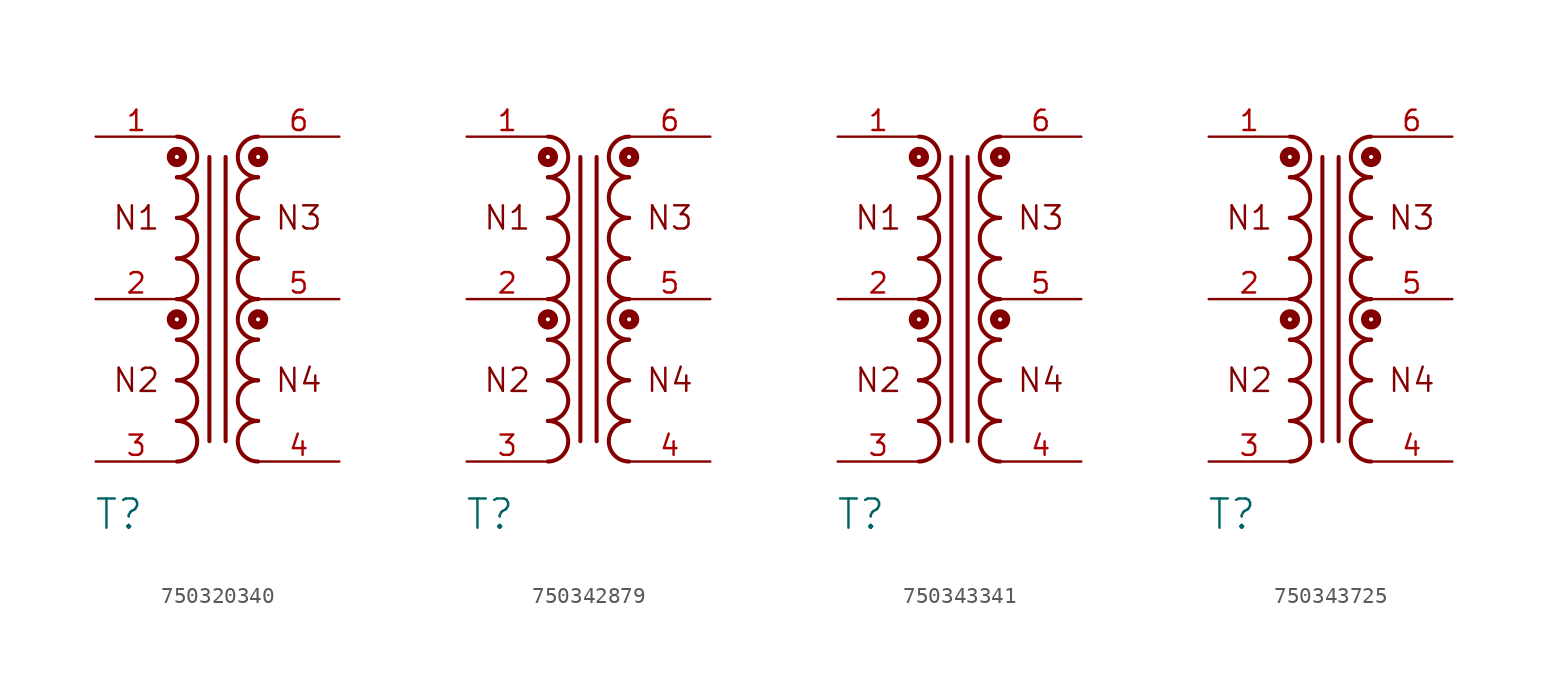
<source format=kicad_sym>
(kicad_symbol_lib
  (version 20231120)
  (generator "kicad_symbol_editor")
  (generator_version "8.0")
  (symbol "750320340"
    (property "Reference" "T"
      (at 1.457 -23.622 0)
      (effects (font (size 1.829 1.829))))
    (symbol "750320340_1_0"
      (polyline (pts (xy 7.112 -1.27) (xy 7.112 -19.05)) (stroke (width 0.254) (type solid)) (fill (type none)))
      (polyline (pts (xy 8.128 -1.27) (xy 8.128 -19.05)) (stroke (width 0.254) (type solid)) (fill (type none)))
      (arc (start 5.08 -20.32) (mid 6.35 -19.05) (end 5.08 -17.78) (stroke (width 0.254) (type solid)) (fill (type none)))
      (arc (start 5.08 -17.78) (mid 6.35 -16.51) (end 5.08 -15.24) (stroke (width 0.254) (type solid)) (fill (type none)))
      (arc (start 5.08 -15.24) (mid 6.35 -13.97) (end 5.08 -12.7) (stroke (width 0.254) (type solid)) (fill (type none)))
      (arc (start 5.08 -12.7) (mid 6.35 -11.43) (end 5.08 -10.16) (stroke (width 0.254) (type solid)) (fill (type none)))
      (circle (center 5.08 -11.43) (radius 0.127) (stroke (width 0.508) (type solid)) (fill (type none)))
      (arc (start 5.08 -10.16) (mid 6.35 -8.89) (end 5.08 -7.62) (stroke (width 0.254) (type solid)) (fill (type none)))
      (arc (start 5.08 -7.62) (mid 6.35 -6.35) (end 5.08 -5.08) (stroke (width 0.254) (type solid)) (fill (type none)))
      (arc (start 5.08 -5.08) (mid 6.35 -3.81) (end 5.08 -2.54) (stroke (width 0.254) (type solid)) (fill (type none)))
      (arc (start 5.08 -2.54) (mid 6.35 -1.27) (end 5.08 0) (stroke (width 0.254) (type solid)) (fill (type none)))
      (circle (center 5.08 -1.27) (radius 0.127) (stroke (width 0.508) (type solid)) (fill (type none)))
      (arc (start 10.16 -17.78) (mid 8.89 -19.05) (end 10.16 -20.32) (stroke (width 0.254) (type solid)) (fill (type none)))
      (arc (start 10.16 -15.24) (mid 8.89 -16.51) (end 10.16 -17.78) (stroke (width 0.254) (type solid)) (fill (type none)))
      (arc (start 10.16 -12.7) (mid 8.89 -13.97) (end 10.16 -15.24) (stroke (width 0.254) (type solid)) (fill (type none)))
      (circle (center 10.16 -11.43) (radius 0.127) (stroke (width 0.508) (type solid)) (fill (type none)))
      (arc (start 10.16 -10.16) (mid 8.89 -11.43) (end 10.16 -12.7) (stroke (width 0.254) (type solid)) (fill (type none)))
      (arc (start 10.16 -7.62) (mid 8.89 -8.89) (end 10.16 -10.16) (stroke (width 0.254) (type solid)) (fill (type none)))
      (arc (start 10.16 -5.08) (mid 8.89 -6.35) (end 10.16 -7.62) (stroke (width 0.254) (type solid)) (fill (type none)))
      (arc (start 10.16 -2.54) (mid 8.89 -3.81) (end 10.16 -5.08) (stroke (width 0.254) (type solid)) (fill (type none)))
      (circle (center 10.16 -1.27) (radius 0.127) (stroke (width 0.508) (type solid)) (fill (type none)))
      (arc (start 10.16 0) (mid 8.89 -1.27) (end 10.16 -2.54) (stroke (width 0.254) (type solid)) (fill (type none)))
      (text "N1" (at 2.54 -5.08 0) (effects (font (size 1.448 1.448))))
      (text "N2" (at 2.54 -15.24 0) (effects (font (size 1.448 1.448))))
      (text "N3" (at 12.7 -5.08 0) (effects (font (size 1.448 1.448))))
      (text "N4" (at 12.7 -15.24 0) (effects (font (size 1.448 1.448))))
      (pin passive line (at 0 0 0) (length 5.08) (name "1" (effects (font (size 0 0)))) (number "1" (effects (font (size 1.27 1.27)))))
      (pin passive line (at 0 -10.16 0) (length 5.08) (name "2" (effects (font (size 0 0)))) (number "2" (effects (font (size 1.27 1.27)))))
      (pin passive line (at 0 -20.32 0) (length 5.08) (name "3" (effects (font (size 0 0)))) (number "3" (effects (font (size 1.27 1.27)))))
      (pin passive line (at 15.24 -20.32 180) (length 5.08) (name "4" (effects (font (size 0 0)))) (number "4" (effects (font (size 1.27 1.27)))))
      (pin passive line (at 15.24 -10.16 180) (length 5.08) (name "5" (effects (font (size 0 0)))) (number "5" (effects (font (size 1.27 1.27)))))
      (pin passive line (at 15.24 0 180) (length 5.08) (name "6" (effects (font (size 0 0)))) (number "6" (effects (font (size 1.27 1.27)))))))
  (symbol "750342879"
    (property "Reference" "T"
      (at 1.457 -23.622 0)
      (effects (font (size 1.829 1.829))))
    (symbol "750342879_1_0"
      (polyline (pts (xy 7.112 -1.27) (xy 7.112 -19.05)) (stroke (width 0.254) (type solid)) (fill (type none)))
      (polyline (pts (xy 8.128 -1.27) (xy 8.128 -19.05)) (stroke (width 0.254) (type solid)) (fill (type none)))
      (arc (start 5.08 -20.32) (mid 6.35 -19.05) (end 5.08 -17.78) (stroke (width 0.254) (type solid)) (fill (type none)))
      (arc (start 5.08 -17.78) (mid 6.35 -16.51) (end 5.08 -15.24) (stroke (width 0.254) (type solid)) (fill (type none)))
      (arc (start 5.08 -15.24) (mid 6.35 -13.97) (end 5.08 -12.7) (stroke (width 0.254) (type solid)) (fill (type none)))
      (arc (start 5.08 -12.7) (mid 6.35 -11.43) (end 5.08 -10.16) (stroke (width 0.254) (type solid)) (fill (type none)))
      (circle (center 5.08 -11.43) (radius 0.127) (stroke (width 0.508) (type solid)) (fill (type none)))
      (arc (start 5.08 -10.16) (mid 6.35 -8.89) (end 5.08 -7.62) (stroke (width 0.254) (type solid)) (fill (type none)))
      (arc (start 5.08 -7.62) (mid 6.35 -6.35) (end 5.08 -5.08) (stroke (width 0.254) (type solid)) (fill (type none)))
      (arc (start 5.08 -5.08) (mid 6.35 -3.81) (end 5.08 -2.54) (stroke (width 0.254) (type solid)) (fill (type none)))
      (arc (start 5.08 -2.54) (mid 6.35 -1.27) (end 5.08 0) (stroke (width 0.254) (type solid)) (fill (type none)))
      (circle (center 5.08 -1.27) (radius 0.127) (stroke (width 0.508) (type solid)) (fill (type none)))
      (arc (start 10.16 -17.78) (mid 8.89 -19.05) (end 10.16 -20.32) (stroke (width 0.254) (type solid)) (fill (type none)))
      (arc (start 10.16 -15.24) (mid 8.89 -16.51) (end 10.16 -17.78) (stroke (width 0.254) (type solid)) (fill (type none)))
      (arc (start 10.16 -12.7) (mid 8.89 -13.97) (end 10.16 -15.24) (stroke (width 0.254) (type solid)) (fill (type none)))
      (circle (center 10.16 -11.43) (radius 0.127) (stroke (width 0.508) (type solid)) (fill (type none)))
      (arc (start 10.16 -10.16) (mid 8.89 -11.43) (end 10.16 -12.7) (stroke (width 0.254) (type solid)) (fill (type none)))
      (arc (start 10.16 -7.62) (mid 8.89 -8.89) (end 10.16 -10.16) (stroke (width 0.254) (type solid)) (fill (type none)))
      (arc (start 10.16 -5.08) (mid 8.89 -6.35) (end 10.16 -7.62) (stroke (width 0.254) (type solid)) (fill (type none)))
      (arc (start 10.16 -2.54) (mid 8.89 -3.81) (end 10.16 -5.08) (stroke (width 0.254) (type solid)) (fill (type none)))
      (circle (center 10.16 -1.27) (radius 0.127) (stroke (width 0.508) (type solid)) (fill (type none)))
      (arc (start 10.16 0) (mid 8.89 -1.27) (end 10.16 -2.54) (stroke (width 0.254) (type solid)) (fill (type none)))
      (text "N1" (at 2.54 -5.08 0) (effects (font (size 1.448 1.448))))
      (text "N2" (at 2.54 -15.24 0) (effects (font (size 1.448 1.448))))
      (text "N3" (at 12.7 -5.08 0) (effects (font (size 1.448 1.448))))
      (text "N4" (at 12.7 -15.24 0) (effects (font (size 1.448 1.448))))
      (pin passive line (at 0 0 0) (length 5.08) (name "1" (effects (font (size 0 0)))) (number "1" (effects (font (size 1.27 1.27)))))
      (pin passive line (at 0 -10.16 0) (length 5.08) (name "2" (effects (font (size 0 0)))) (number "2" (effects (font (size 1.27 1.27)))))
      (pin passive line (at 0 -20.32 0) (length 5.08) (name "3" (effects (font (size 0 0)))) (number "3" (effects (font (size 1.27 1.27)))))
      (pin passive line (at 15.24 -20.32 180) (length 5.08) (name "4" (effects (font (size 0 0)))) (number "4" (effects (font (size 1.27 1.27)))))
      (pin passive line (at 15.24 -10.16 180) (length 5.08) (name "5" (effects (font (size 0 0)))) (number "5" (effects (font (size 1.27 1.27)))))
      (pin passive line (at 15.24 0 180) (length 5.08) (name "6" (effects (font (size 0 0)))) (number "6" (effects (font (size 1.27 1.27)))))))
  (symbol "750343341"
    (property "Reference" "T"
      (at 1.457 -23.622 0)
      (effects (font (size 1.829 1.829))))
    (symbol "750343341_1_0"
      (polyline (pts (xy 7.112 -1.27) (xy 7.112 -19.05)) (stroke (width 0.254) (type solid)) (fill (type none)))
      (polyline (pts (xy 8.128 -1.27) (xy 8.128 -19.05)) (stroke (width 0.254) (type solid)) (fill (type none)))
      (arc (start 5.08 -20.32) (mid 6.35 -19.05) (end 5.08 -17.78) (stroke (width 0.254) (type solid)) (fill (type none)))
      (arc (start 5.08 -17.78) (mid 6.35 -16.51) (end 5.08 -15.24) (stroke (width 0.254) (type solid)) (fill (type none)))
      (arc (start 5.08 -15.24) (mid 6.35 -13.97) (end 5.08 -12.7) (stroke (width 0.254) (type solid)) (fill (type none)))
      (arc (start 5.08 -12.7) (mid 6.35 -11.43) (end 5.08 -10.16) (stroke (width 0.254) (type solid)) (fill (type none)))
      (circle (center 5.08 -11.43) (radius 0.127) (stroke (width 0.508) (type solid)) (fill (type none)))
      (arc (start 5.08 -10.16) (mid 6.35 -8.89) (end 5.08 -7.62) (stroke (width 0.254) (type solid)) (fill (type none)))
      (arc (start 5.08 -7.62) (mid 6.35 -6.35) (end 5.08 -5.08) (stroke (width 0.254) (type solid)) (fill (type none)))
      (arc (start 5.08 -5.08) (mid 6.35 -3.81) (end 5.08 -2.54) (stroke (width 0.254) (type solid)) (fill (type none)))
      (arc (start 5.08 -2.54) (mid 6.35 -1.27) (end 5.08 0) (stroke (width 0.254) (type solid)) (fill (type none)))
      (circle (center 5.08 -1.27) (radius 0.127) (stroke (width 0.508) (type solid)) (fill (type none)))
      (arc (start 10.16 -17.78) (mid 8.89 -19.05) (end 10.16 -20.32) (stroke (width 0.254) (type solid)) (fill (type none)))
      (arc (start 10.16 -15.24) (mid 8.89 -16.51) (end 10.16 -17.78) (stroke (width 0.254) (type solid)) (fill (type none)))
      (arc (start 10.16 -12.7) (mid 8.89 -13.97) (end 10.16 -15.24) (stroke (width 0.254) (type solid)) (fill (type none)))
      (circle (center 10.16 -11.43) (radius 0.127) (stroke (width 0.508) (type solid)) (fill (type none)))
      (arc (start 10.16 -10.16) (mid 8.89 -11.43) (end 10.16 -12.7) (stroke (width 0.254) (type solid)) (fill (type none)))
      (arc (start 10.16 -7.62) (mid 8.89 -8.89) (end 10.16 -10.16) (stroke (width 0.254) (type solid)) (fill (type none)))
      (arc (start 10.16 -5.08) (mid 8.89 -6.35) (end 10.16 -7.62) (stroke (width 0.254) (type solid)) (fill (type none)))
      (arc (start 10.16 -2.54) (mid 8.89 -3.81) (end 10.16 -5.08) (stroke (width 0.254) (type solid)) (fill (type none)))
      (circle (center 10.16 -1.27) (radius 0.127) (stroke (width 0.508) (type solid)) (fill (type none)))
      (arc (start 10.16 0) (mid 8.89 -1.27) (end 10.16 -2.54) (stroke (width 0.254) (type solid)) (fill (type none)))
      (text "N1" (at 2.54 -5.08 0) (effects (font (size 1.448 1.448))))
      (text "N2" (at 2.54 -15.24 0) (effects (font (size 1.448 1.448))))
      (text "N3" (at 12.7 -5.08 0) (effects (font (size 1.448 1.448))))
      (text "N4" (at 12.7 -15.24 0) (effects (font (size 1.448 1.448))))
      (pin passive line (at 0 0 0) (length 5.08) (name "1" (effects (font (size 0 0)))) (number "1" (effects (font (size 1.27 1.27)))))
      (pin passive line (at 0 -10.16 0) (length 5.08) (name "2" (effects (font (size 0 0)))) (number "2" (effects (font (size 1.27 1.27)))))
      (pin passive line (at 0 -20.32 0) (length 5.08) (name "3" (effects (font (size 0 0)))) (number "3" (effects (font (size 1.27 1.27)))))
      (pin passive line (at 15.24 -20.32 180) (length 5.08) (name "4" (effects (font (size 0 0)))) (number "4" (effects (font (size 1.27 1.27)))))
      (pin passive line (at 15.24 -10.16 180) (length 5.08) (name "5" (effects (font (size 0 0)))) (number "5" (effects (font (size 1.27 1.27)))))
      (pin passive line (at 15.24 0 180) (length 5.08) (name "6" (effects (font (size 0 0)))) (number "6" (effects (font (size 1.27 1.27)))))))
  (symbol "750343725"
    (property "Reference" "T"
      (at 1.457 -23.622 0)
      (effects (font (size 1.829 1.829))))
    (symbol "750343725_1_0"
      (polyline (pts (xy 7.112 -1.27) (xy 7.112 -19.05)) (stroke (width 0.254) (type solid)) (fill (type none)))
      (polyline (pts (xy 8.128 -1.27) (xy 8.128 -19.05)) (stroke (width 0.254) (type solid)) (fill (type none)))
      (arc (start 5.08 -20.32) (mid 6.35 -19.05) (end 5.08 -17.78) (stroke (width 0.254) (type solid)) (fill (type none)))
      (arc (start 5.08 -17.78) (mid 6.35 -16.51) (end 5.08 -15.24) (stroke (width 0.254) (type solid)) (fill (type none)))
      (arc (start 5.08 -15.24) (mid 6.35 -13.97) (end 5.08 -12.7) (stroke (width 0.254) (type solid)) (fill (type none)))
      (arc (start 5.08 -12.7) (mid 6.35 -11.43) (end 5.08 -10.16) (stroke (width 0.254) (type solid)) (fill (type none)))
      (circle (center 5.08 -11.43) (radius 0.127) (stroke (width 0.508) (type solid)) (fill (type none)))
      (arc (start 5.08 -10.16) (mid 6.35 -8.89) (end 5.08 -7.62) (stroke (width 0.254) (type solid)) (fill (type none)))
      (arc (start 5.08 -7.62) (mid 6.35 -6.35) (end 5.08 -5.08) (stroke (width 0.254) (type solid)) (fill (type none)))
      (arc (start 5.08 -5.08) (mid 6.35 -3.81) (end 5.08 -2.54) (stroke (width 0.254) (type solid)) (fill (type none)))
      (arc (start 5.08 -2.54) (mid 6.35 -1.27) (end 5.08 0) (stroke (width 0.254) (type solid)) (fill (type none)))
      (circle (center 5.08 -1.27) (radius 0.127) (stroke (width 0.508) (type solid)) (fill (type none)))
      (arc (start 10.16 -17.78) (mid 8.89 -19.05) (end 10.16 -20.32) (stroke (width 0.254) (type solid)) (fill (type none)))
      (arc (start 10.16 -15.24) (mid 8.89 -16.51) (end 10.16 -17.78) (stroke (width 0.254) (type solid)) (fill (type none)))
      (arc (start 10.16 -12.7) (mid 8.89 -13.97) (end 10.16 -15.24) (stroke (width 0.254) (type solid)) (fill (type none)))
      (circle (center 10.16 -11.43) (radius 0.127) (stroke (width 0.508) (type solid)) (fill (type none)))
      (arc (start 10.16 -10.16) (mid 8.89 -11.43) (end 10.16 -12.7) (stroke (width 0.254) (type solid)) (fill (type none)))
      (arc (start 10.16 -7.62) (mid 8.89 -8.89) (end 10.16 -10.16) (stroke (width 0.254) (type solid)) (fill (type none)))
      (arc (start 10.16 -5.08) (mid 8.89 -6.35) (end 10.16 -7.62) (stroke (width 0.254) (type solid)) (fill (type none)))
      (arc (start 10.16 -2.54) (mid 8.89 -3.81) (end 10.16 -5.08) (stroke (width 0.254) (type solid)) (fill (type none)))
      (circle (center 10.16 -1.27) (radius 0.127) (stroke (width 0.508) (type solid)) (fill (type none)))
      (arc (start 10.16 0) (mid 8.89 -1.27) (end 10.16 -2.54) (stroke (width 0.254) (type solid)) (fill (type none)))
      (text "N1" (at 2.54 -5.08 0) (effects (font (size 1.448 1.448))))
      (text "N2" (at 2.54 -15.24 0) (effects (font (size 1.448 1.448))))
      (text "N3" (at 12.7 -5.08 0) (effects (font (size 1.448 1.448))))
      (text "N4" (at 12.7 -15.24 0) (effects (font (size 1.448 1.448))))
      (pin passive line (at 0 0 0) (length 5.08) (name "1" (effects (font (size 0 0)))) (number "1" (effects (font (size 1.27 1.27)))))
      (pin passive line (at 0 -10.16 0) (length 5.08) (name "2" (effects (font (size 0 0)))) (number "2" (effects (font (size 1.27 1.27)))))
      (pin passive line (at 0 -20.32 0) (length 5.08) (name "3" (effects (font (size 0 0)))) (number "3" (effects (font (size 1.27 1.27)))))
      (pin passive line (at 15.24 -20.32 180) (length 5.08) (name "4" (effects (font (size 0 0)))) (number "4" (effects (font (size 1.27 1.27)))))
      (pin passive line (at 15.24 -10.16 180) (length 5.08) (name "5" (effects (font (size 0 0)))) (number "5" (effects (font (size 1.27 1.27)))))
      (pin passive line (at 15.24 0 180) (length 5.08) (name "6" (effects (font (size 0 0)))) (number "6" (effects (font (size 1.27 1.27))))))))
</source>
